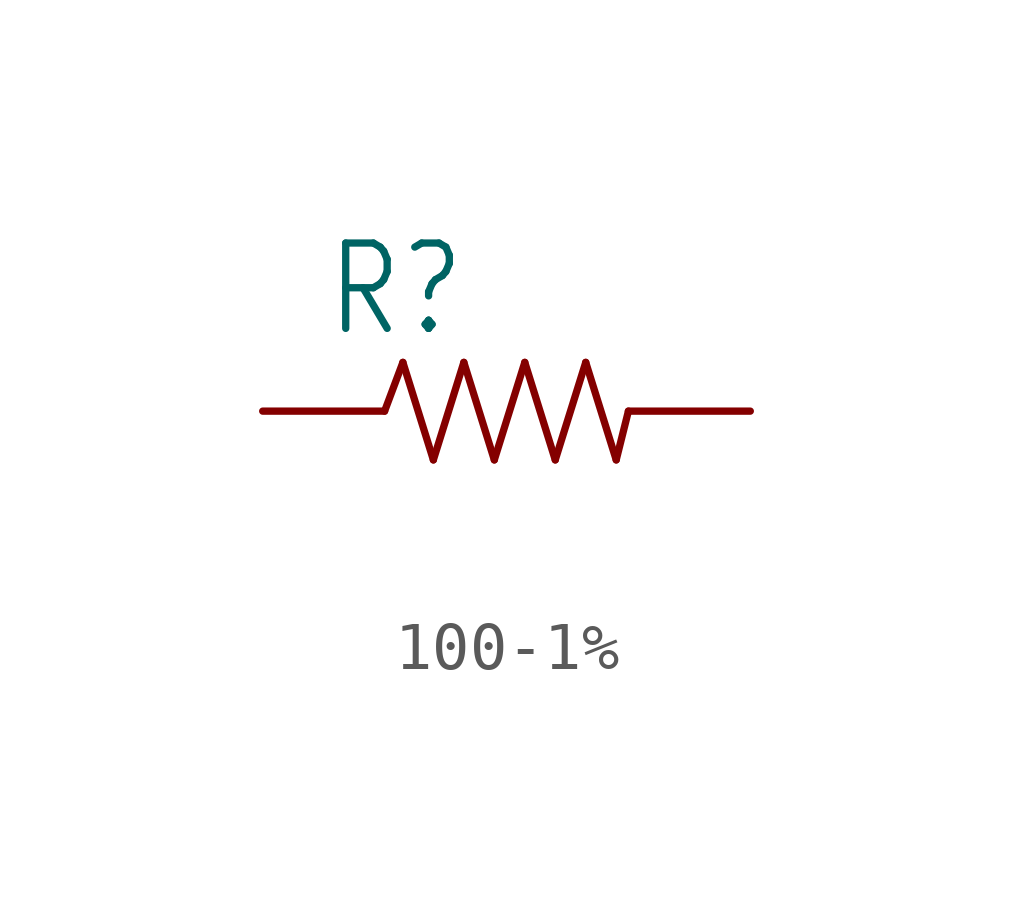
<source format=kicad_sym>
(kicad_symbol_lib
  (version 20231120)
  (generator "kicad_symbol_editor")
  (generator_version "8.0")
  (symbol "100-1%"
    (property "Reference" "R"
      (at -3.81 1.499 0)
      (effects (font (size 1.778 1.511)) (justify left bottom)))
    (property "Value" ""
      (at -3.81 -3.302 0)
      (effects (font (size 1.778 1.511)) (justify left bottom)))
    (property "ki_locked" ""
      (at 0 0 0)
      (effects (font (size 1.27 1.27))))
    (symbol "100-1%_1_0"
      (polyline (pts (xy -2.54 0) (xy -2.159 1.016)) (stroke (width 0.152) (type solid)) (fill (type none)))
      (polyline (pts (xy -2.159 1.016) (xy -1.524 -1.016)) (stroke (width 0.152) (type solid)) (fill (type none)))
      (polyline (pts (xy -1.524 -1.016) (xy -0.889 1.016)) (stroke (width 0.152) (type solid)) (fill (type none)))
      (polyline (pts (xy -0.889 1.016) (xy -0.254 -1.016)) (stroke (width 0.152) (type solid)) (fill (type none)))
      (polyline (pts (xy -0.254 -1.016) (xy 0.381 1.016)) (stroke (width 0.152) (type solid)) (fill (type none)))
      (polyline (pts (xy 0.381 1.016) (xy 1.016 -1.016)) (stroke (width 0.152) (type solid)) (fill (type none)))
      (polyline (pts (xy 1.016 -1.016) (xy 1.651 1.016)) (stroke (width 0.152) (type solid)) (fill (type none)))
      (polyline (pts (xy 1.651 1.016) (xy 2.286 -1.016)) (stroke (width 0.152) (type solid)) (fill (type none)))
      (polyline (pts (xy 2.286 -1.016) (xy 2.54 0)) (stroke (width 0.152) (type solid)) (fill (type none)))
      (pin passive line (at -5.08 0 0) (length 2.54) (name "1" (effects (font (size 0 0)))) (number "1" (effects (font (size 0 0)))))
      (pin passive line (at 5.08 0 180) (length 2.54) (name "2" (effects (font (size 0 0)))) (number "2" (effects (font (size 0 0))))))))
</source>
